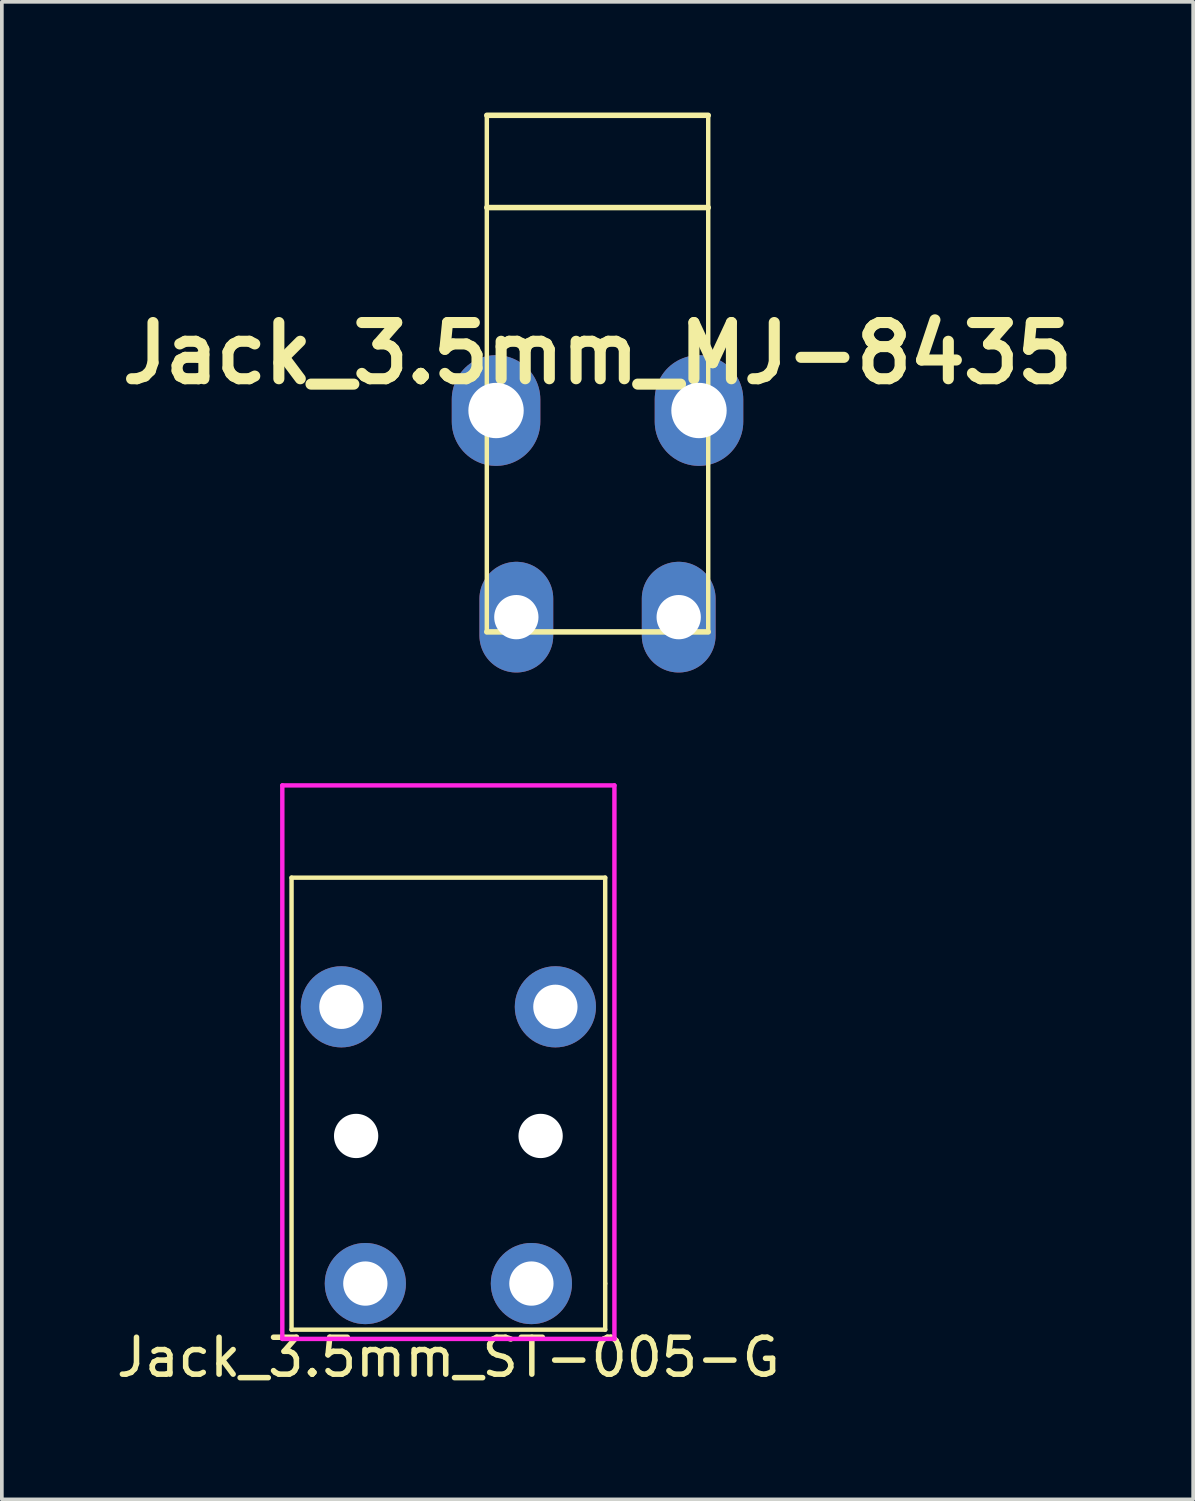
<source format=kicad_pcb>
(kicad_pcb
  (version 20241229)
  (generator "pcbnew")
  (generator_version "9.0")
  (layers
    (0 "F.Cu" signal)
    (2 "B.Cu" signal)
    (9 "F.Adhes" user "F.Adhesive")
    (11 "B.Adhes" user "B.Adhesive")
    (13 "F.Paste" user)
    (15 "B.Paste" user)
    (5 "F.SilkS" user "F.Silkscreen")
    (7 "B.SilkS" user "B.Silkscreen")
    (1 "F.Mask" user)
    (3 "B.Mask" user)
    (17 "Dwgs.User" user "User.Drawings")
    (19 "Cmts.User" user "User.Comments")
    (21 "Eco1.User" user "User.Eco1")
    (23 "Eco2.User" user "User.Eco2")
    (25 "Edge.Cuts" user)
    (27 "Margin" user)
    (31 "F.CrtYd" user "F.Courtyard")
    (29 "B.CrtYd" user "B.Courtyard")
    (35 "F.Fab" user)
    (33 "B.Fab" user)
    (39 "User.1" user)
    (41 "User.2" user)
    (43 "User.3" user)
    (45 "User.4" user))
  (footprint "Jack_3.5mm_ST-005-G"
    (layer "F.Cu")
    (at 9.101 20.735)
    (property "Reference" "Jack_3.5mm_ST-005-G" (at 0 13 0) (layer "F.SilkS") (effects (font (size 1 1) (thickness 0.15))))
    (attr through_hole)
    (fp_line (start -4.25 0) (end -4.25 12.25) (stroke (width 0.12) (type solid)) (layer "F.SilkS"))
    (fp_line (start -4.25 12.25) (end 4.25 12.25) (stroke (width 0.12) (type solid)) (layer "F.SilkS"))
    (fp_line (start 4.25 0) (end -4.25 0) (stroke (width 0.12) (type solid)) (layer "F.SilkS"))
    (fp_line (start 4.25 11) (end 4.25 0) (stroke (width 0.12) (type solid)) (layer "F.SilkS"))
    (fp_line (start 4.25 12.25) (end 4.25 11) (stroke (width 0.12) (type solid)) (layer "F.SilkS"))
    (fp_line (start -4.5 -2.5) (end -4.5 12.5) (stroke (width 0.12) (type solid)) (layer "F.CrtYd"))
    (fp_line (start -4.5 12.5) (end 4.5 12.5) (stroke (width 0.12) (type solid)) (layer "F.CrtYd"))
    (fp_line (start 4.5 -2.5) (end -4.5 -2.5) (stroke (width 0.12) (type solid)) (layer "F.CrtYd"))
    (fp_line (start 4.5 12.5) (end 4.5 -2.5) (stroke (width 0.12) (type solid)) (layer "F.CrtYd"))
    (pad "" np_thru_hole circle (at -2.5 7) (size 1.2 1.2) (drill 1.2) (layers "*.Cu" "*.Mask"))
    (pad "" np_thru_hole circle (at 2.5 7) (size 1.2 1.2) (drill 1.2) (layers "*.Cu" "*.Mask"))
    (pad "R" thru_hole circle (at 2.25 11) (size 2.2 2.2) (drill 1.2) (layers "*.Cu" "*.Mask"))
    (pad "S" thru_hole circle (at -2.25 11) (size 2.2 2.2) (drill 1.2) (layers "*.Cu" "*.Mask"))
    (pad "T" thru_hole circle (at -2.9 3.5) (size 2.2 2.2) (drill 1.2) (layers "*.Cu" "*.Mask"))
    (pad "T" thru_hole circle (at 2.9 3.5) (size 2.2 2.2) (drill 1.2) (layers "*.Cu" "*.Mask")))
  (footprint "Jack_3.5mm_MJ-8435"
    (layer "F.Cu")
    (at 13.143 8.075)
    (property "Reference" "Jack_3.5mm_MJ-8435" (at 0 -1.55 0) (layer "F.SilkS") (effects (font (size 1.524 1.524) (thickness 0.3))))
    (attr through_hole)
    (fp_line (start -3 -8) (end 3 -8) (stroke (width 0.15) (type solid)) (layer "F.SilkS"))
    (fp_line (start -3 -5.5) (end 3 -5.5) (stroke (width 0.15) (type solid)) (layer "F.SilkS"))
    (fp_line (start -3 6) (end -3 -8) (stroke (width 0.12) (type solid)) (layer "F.SilkS"))
    (fp_line (start 3 6) (end -3 6) (stroke (width 0.15) (type solid)) (layer "F.SilkS"))
    (fp_line (start 3 6) (end 3 -8) (stroke (width 0.12) (type solid)) (layer "F.SilkS"))
    (pad "R" thru_hole oval (at 2.2 5.6) (size 2 3) (drill 1.2) (layers "*.Cu" "*.Mask"))
    (pad "S" thru_hole oval (at -2.2 5.6) (size 2 3) (drill 1.2) (layers "*.Cu" "*.Mask"))
    (pad "T" thru_hole oval (at -2.75 0) (size 2.4 3) (drill 1.5) (layers "*.Cu" "*.Mask"))
    (pad "T" thru_hole oval (at 2.75 0) (size 2.4 3) (drill 1.5) (layers "*.Cu" "*.Mask")))
  (gr_rect
    (start -3 -3)
    (end 29.285 37.583)
    (stroke (width 0.1) (type default))
    (fill no)
    (layer "Edge.Cuts")))
</source>
